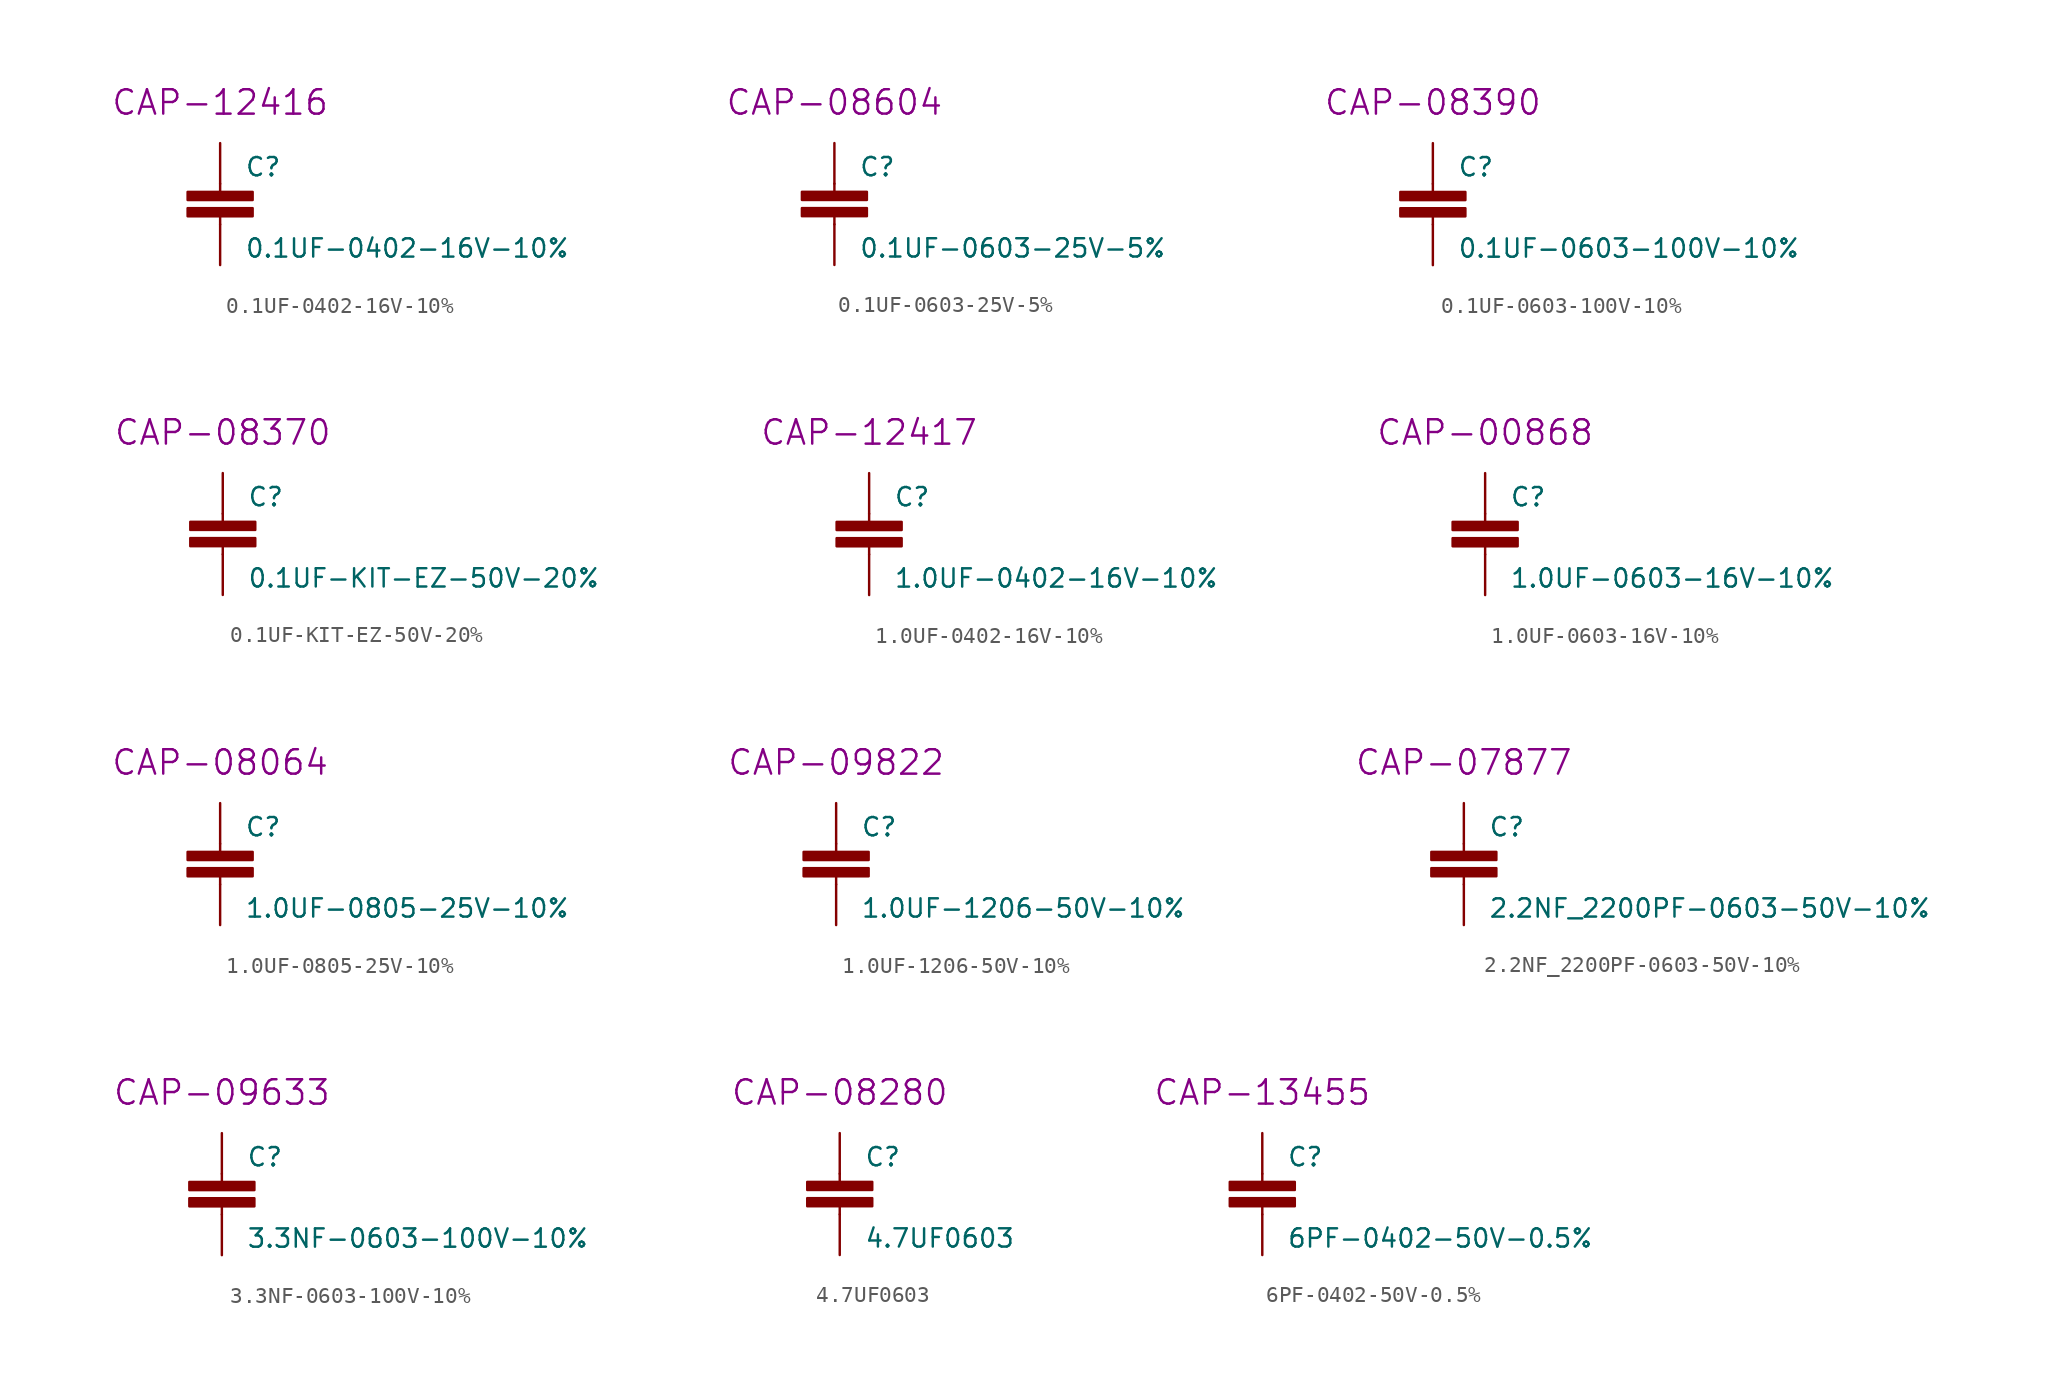
<source format=kicad_sym>
(kicad_symbol_lib
  (version 20220914)
  (generator kicad_symbol_editor)
  (symbol "0.1UF-0402-16V-10%"
    (pin_numbers hide)
    (pin_names
      (offset 1.016) hide)
    (property "Reference" "C"
      (at 1.524 2.921 0)
      (effects (font (size 1.143 1.143)) (justify left bottom)))
    (property "Value" "0.1UF-0402-16V-10%"
      (at 1.524 -2.159 0)
      (effects (font (size 1.143 1.143)) (justify left bottom)))
    (property "Field4" "CAP-12416"
      (at 0 7.62 0)
      (effects (font (size 1.524 1.524))))
    (property "ki_locked" ""
      (at 0 0 0)
      (effects (font (size 1.27 1.27))))
    (symbol "0.1UF-0402-16V-10%_1_0"
      (polyline (pts (xy 0 0) (xy 0 0.508)) (stroke (width 0) (type solid)) (fill (type none)))
      (polyline (pts (xy 0 2.54) (xy 0 2.032)) (stroke (width 0) (type solid)) (fill (type none))))
    (symbol "0.1UF-0402-16V-10%_1_1"
      (rectangle (start -2.032 0.508) (end 2.032 1.016) (stroke (width 0) (type solid)) (fill (type outline)))
      (rectangle (start -2.032 1.524) (end 2.032 2.032) (stroke (width 0) (type solid)) (fill (type outline)))
      (pin passive line (at 0 5.08 270) (length 2.54) (name "1" (effects (font (size 1.016 1.016)))) (number "1" (effects (font (size 1.016 1.016)))))
      (pin passive line (at 0 -2.54 90) (length 2.54) (name "2" (effects (font (size 1.016 1.016)))) (number "2" (effects (font (size 1.016 1.016)))))))
  (symbol "0.1UF-0603-25V-5%"
    (pin_numbers hide)
    (pin_names
      (offset 1.016) hide)
    (property "Reference" "C"
      (at 1.524 2.921 0)
      (effects (font (size 1.143 1.143)) (justify left bottom)))
    (property "Value" "0.1UF-0603-25V-5%"
      (at 1.524 -2.159 0)
      (effects (font (size 1.143 1.143)) (justify left bottom)))
    (property "Field4" "CAP-08604"
      (at 0 7.62 0)
      (effects (font (size 1.524 1.524))))
    (property "ki_locked" ""
      (at 0 0 0)
      (effects (font (size 1.27 1.27))))
    (symbol "0.1UF-0603-25V-5%_1_0"
      (polyline (pts (xy 0 0) (xy 0 0.508)) (stroke (width 0) (type solid)) (fill (type none)))
      (polyline (pts (xy 0 2.54) (xy 0 2.032)) (stroke (width 0) (type solid)) (fill (type none))))
    (symbol "0.1UF-0603-25V-5%_1_1"
      (rectangle (start -2.032 0.508) (end 2.032 1.016) (stroke (width 0) (type solid)) (fill (type outline)))
      (rectangle (start -2.032 1.524) (end 2.032 2.032) (stroke (width 0) (type solid)) (fill (type outline)))
      (pin passive line (at 0 5.08 270) (length 2.54) (name "1" (effects (font (size 1.016 1.016)))) (number "1" (effects (font (size 1.016 1.016)))))
      (pin passive line (at 0 -2.54 90) (length 2.54) (name "2" (effects (font (size 1.016 1.016)))) (number "2" (effects (font (size 1.016 1.016)))))))
  (symbol "0.1UF-0603-100V-10%"
    (pin_numbers hide)
    (pin_names
      (offset 1.016) hide)
    (property "Reference" "C"
      (at 1.524 2.921 0)
      (effects (font (size 1.143 1.143)) (justify left bottom)))
    (property "Value" "0.1UF-0603-100V-10%"
      (at 1.524 -2.159 0)
      (effects (font (size 1.143 1.143)) (justify left bottom)))
    (property "Field4" "CAP-08390"
      (at 0 7.62 0)
      (effects (font (size 1.524 1.524))))
    (property "ki_locked" ""
      (at 0 0 0)
      (effects (font (size 1.27 1.27))))
    (symbol "0.1UF-0603-100V-10%_1_0"
      (polyline (pts (xy 0 0) (xy 0 0.508)) (stroke (width 0) (type solid)) (fill (type none)))
      (polyline (pts (xy 0 2.54) (xy 0 2.032)) (stroke (width 0) (type solid)) (fill (type none))))
    (symbol "0.1UF-0603-100V-10%_1_1"
      (rectangle (start -2.032 0.508) (end 2.032 1.016) (stroke (width 0) (type solid)) (fill (type outline)))
      (rectangle (start -2.032 1.524) (end 2.032 2.032) (stroke (width 0) (type solid)) (fill (type outline)))
      (pin passive line (at 0 5.08 270) (length 2.54) (name "1" (effects (font (size 1.016 1.016)))) (number "1" (effects (font (size 1.016 1.016)))))
      (pin passive line (at 0 -2.54 90) (length 2.54) (name "2" (effects (font (size 1.016 1.016)))) (number "2" (effects (font (size 1.016 1.016)))))))
  (symbol "0.1UF-KIT-EZ-50V-20%"
    (pin_numbers hide)
    (pin_names
      (offset 1.016) hide)
    (property "Reference" "C"
      (at 1.524 2.921 0)
      (effects (font (size 1.143 1.143)) (justify left bottom)))
    (property "Value" "0.1UF-KIT-EZ-50V-20%"
      (at 1.524 -2.159 0)
      (effects (font (size 1.143 1.143)) (justify left bottom)))
    (property "Field4" "CAP-08370"
      (at 0 7.62 0)
      (effects (font (size 1.524 1.524))))
    (property "ki_locked" ""
      (at 0 0 0)
      (effects (font (size 1.27 1.27))))
    (symbol "0.1UF-KIT-EZ-50V-20%_1_0"
      (polyline (pts (xy 0 0) (xy 0 0.508)) (stroke (width 0) (type solid)) (fill (type none)))
      (polyline (pts (xy 0 2.54) (xy 0 2.032)) (stroke (width 0) (type solid)) (fill (type none))))
    (symbol "0.1UF-KIT-EZ-50V-20%_1_1"
      (rectangle (start -2.032 0.508) (end 2.032 1.016) (stroke (width 0) (type solid)) (fill (type outline)))
      (rectangle (start -2.032 1.524) (end 2.032 2.032) (stroke (width 0) (type solid)) (fill (type outline)))
      (pin passive line (at 0 5.08 270) (length 2.54) (name "1" (effects (font (size 1.016 1.016)))) (number "1" (effects (font (size 1.016 1.016)))))
      (pin passive line (at 0 -2.54 90) (length 2.54) (name "2" (effects (font (size 1.016 1.016)))) (number "2" (effects (font (size 1.016 1.016)))))))
  (symbol "1.0UF-0402-16V-10%"
    (pin_numbers hide)
    (pin_names
      (offset 1.016) hide)
    (property "Reference" "C"
      (at 1.524 2.921 0)
      (effects (font (size 1.143 1.143)) (justify left bottom)))
    (property "Value" "1.0UF-0402-16V-10%"
      (at 1.524 -2.159 0)
      (effects (font (size 1.143 1.143)) (justify left bottom)))
    (property "Field4" "CAP-12417"
      (at 0 7.62 0)
      (effects (font (size 1.524 1.524))))
    (property "ki_locked" ""
      (at 0 0 0)
      (effects (font (size 1.27 1.27))))
    (symbol "1.0UF-0402-16V-10%_1_0"
      (polyline (pts (xy 0 0) (xy 0 0.508)) (stroke (width 0) (type solid)) (fill (type none)))
      (polyline (pts (xy 0 2.54) (xy 0 2.032)) (stroke (width 0) (type solid)) (fill (type none))))
    (symbol "1.0UF-0402-16V-10%_1_1"
      (rectangle (start -2.032 0.508) (end 2.032 1.016) (stroke (width 0) (type solid)) (fill (type outline)))
      (rectangle (start -2.032 1.524) (end 2.032 2.032) (stroke (width 0) (type solid)) (fill (type outline)))
      (pin passive line (at 0 5.08 270) (length 2.54) (name "1" (effects (font (size 1.016 1.016)))) (number "1" (effects (font (size 1.016 1.016)))))
      (pin passive line (at 0 -2.54 90) (length 2.54) (name "2" (effects (font (size 1.016 1.016)))) (number "2" (effects (font (size 1.016 1.016)))))))
  (symbol "1.0UF-0603-16V-10%"
    (pin_numbers hide)
    (pin_names
      (offset 1.016) hide)
    (property "Reference" "C"
      (at 1.524 2.921 0)
      (effects (font (size 1.143 1.143)) (justify left bottom)))
    (property "Value" "1.0UF-0603-16V-10%"
      (at 1.524 -2.159 0)
      (effects (font (size 1.143 1.143)) (justify left bottom)))
    (property "Field4" "CAP-00868"
      (at 0 7.62 0)
      (effects (font (size 1.524 1.524))))
    (property "ki_locked" ""
      (at 0 0 0)
      (effects (font (size 1.27 1.27))))
    (symbol "1.0UF-0603-16V-10%_1_0"
      (polyline (pts (xy 0 0) (xy 0 0.508)) (stroke (width 0) (type solid)) (fill (type none)))
      (polyline (pts (xy 0 2.54) (xy 0 2.032)) (stroke (width 0) (type solid)) (fill (type none))))
    (symbol "1.0UF-0603-16V-10%_1_1"
      (rectangle (start -2.032 0.508) (end 2.032 1.016) (stroke (width 0) (type solid)) (fill (type outline)))
      (rectangle (start -2.032 1.524) (end 2.032 2.032) (stroke (width 0) (type solid)) (fill (type outline)))
      (pin passive line (at 0 5.08 270) (length 2.54) (name "1" (effects (font (size 1.016 1.016)))) (number "1" (effects (font (size 1.016 1.016)))))
      (pin passive line (at 0 -2.54 90) (length 2.54) (name "2" (effects (font (size 1.016 1.016)))) (number "2" (effects (font (size 1.016 1.016)))))))
  (symbol "1.0UF-0805-25V-10%"
    (pin_numbers hide)
    (pin_names
      (offset 1.016) hide)
    (property "Reference" "C"
      (at 1.524 2.921 0)
      (effects (font (size 1.143 1.143)) (justify left bottom)))
    (property "Value" "1.0UF-0805-25V-10%"
      (at 1.524 -2.159 0)
      (effects (font (size 1.143 1.143)) (justify left bottom)))
    (property "Field4" "CAP-08064"
      (at 0 7.62 0)
      (effects (font (size 1.524 1.524))))
    (property "ki_locked" ""
      (at 0 0 0)
      (effects (font (size 1.27 1.27))))
    (symbol "1.0UF-0805-25V-10%_1_0"
      (polyline (pts (xy 0 0) (xy 0 0.508)) (stroke (width 0) (type solid)) (fill (type none)))
      (polyline (pts (xy 0 2.54) (xy 0 2.032)) (stroke (width 0) (type solid)) (fill (type none))))
    (symbol "1.0UF-0805-25V-10%_1_1"
      (rectangle (start -2.032 0.508) (end 2.032 1.016) (stroke (width 0) (type solid)) (fill (type outline)))
      (rectangle (start -2.032 1.524) (end 2.032 2.032) (stroke (width 0) (type solid)) (fill (type outline)))
      (pin passive line (at 0 5.08 270) (length 2.54) (name "1" (effects (font (size 1.016 1.016)))) (number "1" (effects (font (size 1.016 1.016)))))
      (pin passive line (at 0 -2.54 90) (length 2.54) (name "2" (effects (font (size 1.016 1.016)))) (number "2" (effects (font (size 1.016 1.016)))))))
  (symbol "1.0UF-1206-50V-10%"
    (pin_numbers hide)
    (pin_names
      (offset 1.016) hide)
    (property "Reference" "C"
      (at 1.524 2.921 0)
      (effects (font (size 1.143 1.143)) (justify left bottom)))
    (property "Value" "1.0UF-1206-50V-10%"
      (at 1.524 -2.159 0)
      (effects (font (size 1.143 1.143)) (justify left bottom)))
    (property "Field4" "CAP-09822"
      (at 0 7.62 0)
      (effects (font (size 1.524 1.524))))
    (property "ki_locked" ""
      (at 0 0 0)
      (effects (font (size 1.27 1.27))))
    (symbol "1.0UF-1206-50V-10%_1_0"
      (polyline (pts (xy 0 0) (xy 0 0.508)) (stroke (width 0) (type solid)) (fill (type none)))
      (polyline (pts (xy 0 2.54) (xy 0 2.032)) (stroke (width 0) (type solid)) (fill (type none))))
    (symbol "1.0UF-1206-50V-10%_1_1"
      (rectangle (start -2.032 0.508) (end 2.032 1.016) (stroke (width 0) (type solid)) (fill (type outline)))
      (rectangle (start -2.032 1.524) (end 2.032 2.032) (stroke (width 0) (type solid)) (fill (type outline)))
      (pin passive line (at 0 5.08 270) (length 2.54) (name "1" (effects (font (size 1.016 1.016)))) (number "1" (effects (font (size 1.016 1.016)))))
      (pin passive line (at 0 -2.54 90) (length 2.54) (name "2" (effects (font (size 1.016 1.016)))) (number "2" (effects (font (size 1.016 1.016)))))))
  (symbol "2.2NF_2200PF-0603-50V-10%"
    (pin_numbers hide)
    (pin_names
      (offset 1.016) hide)
    (property "Reference" "C"
      (at 1.524 2.921 0)
      (effects (font (size 1.143 1.143)) (justify left bottom)))
    (property "Value" "2.2NF_2200PF-0603-50V-10%"
      (at 1.524 -2.159 0)
      (effects (font (size 1.143 1.143)) (justify left bottom)))
    (property "Field4" "CAP-07877"
      (at 0 7.62 0)
      (effects (font (size 1.524 1.524))))
    (property "ki_locked" ""
      (at 0 0 0)
      (effects (font (size 1.27 1.27))))
    (symbol "2.2NF_2200PF-0603-50V-10%_1_0"
      (polyline (pts (xy 0 0) (xy 0 0.508)) (stroke (width 0) (type solid)) (fill (type none)))
      (polyline (pts (xy 0 2.54) (xy 0 2.032)) (stroke (width 0) (type solid)) (fill (type none))))
    (symbol "2.2NF_2200PF-0603-50V-10%_1_1"
      (rectangle (start -2.032 0.508) (end 2.032 1.016) (stroke (width 0) (type solid)) (fill (type outline)))
      (rectangle (start -2.032 1.524) (end 2.032 2.032) (stroke (width 0) (type solid)) (fill (type outline)))
      (pin passive line (at 0 5.08 270) (length 2.54) (name "1" (effects (font (size 1.016 1.016)))) (number "1" (effects (font (size 1.016 1.016)))))
      (pin passive line (at 0 -2.54 90) (length 2.54) (name "2" (effects (font (size 1.016 1.016)))) (number "2" (effects (font (size 1.016 1.016)))))))
  (symbol "3.3NF-0603-100V-10%"
    (pin_numbers hide)
    (pin_names
      (offset 1.016) hide)
    (property "Reference" "C"
      (at 1.524 2.921 0)
      (effects (font (size 1.143 1.143)) (justify left bottom)))
    (property "Value" "3.3NF-0603-100V-10%"
      (at 1.524 -2.159 0)
      (effects (font (size 1.143 1.143)) (justify left bottom)))
    (property "Field4" "CAP-09633"
      (at 0 7.62 0)
      (effects (font (size 1.524 1.524))))
    (property "ki_locked" ""
      (at 0 0 0)
      (effects (font (size 1.27 1.27))))
    (symbol "3.3NF-0603-100V-10%_1_0"
      (polyline (pts (xy 0 0) (xy 0 0.508)) (stroke (width 0) (type solid)) (fill (type none)))
      (polyline (pts (xy 0 2.54) (xy 0 2.032)) (stroke (width 0) (type solid)) (fill (type none))))
    (symbol "3.3NF-0603-100V-10%_1_1"
      (rectangle (start -2.032 0.508) (end 2.032 1.016) (stroke (width 0) (type solid)) (fill (type outline)))
      (rectangle (start -2.032 1.524) (end 2.032 2.032) (stroke (width 0) (type solid)) (fill (type outline)))
      (pin passive line (at 0 5.08 270) (length 2.54) (name "1" (effects (font (size 1.016 1.016)))) (number "1" (effects (font (size 1.016 1.016)))))
      (pin passive line (at 0 -2.54 90) (length 2.54) (name "2" (effects (font (size 1.016 1.016)))) (number "2" (effects (font (size 1.016 1.016)))))))
  (symbol "4.7UF0603"
    (pin_numbers hide)
    (pin_names
      (offset 1.016) hide)
    (property "Reference" "C"
      (at 1.524 2.921 0)
      (effects (font (size 1.143 1.143)) (justify left bottom)))
    (property "Value" "4.7UF0603"
      (at 1.524 -2.159 0)
      (effects (font (size 1.143 1.143)) (justify left bottom)))
    (property "Field4" "CAP-08280"
      (at 0 7.62 0)
      (effects (font (size 1.524 1.524))))
    (property "ki_locked" ""
      (at 0 0 0)
      (effects (font (size 1.27 1.27))))
    (symbol "4.7UF0603_1_0"
      (polyline (pts (xy 0 0) (xy 0 0.508)) (stroke (width 0) (type solid)) (fill (type none)))
      (polyline (pts (xy 0 2.54) (xy 0 2.032)) (stroke (width 0) (type solid)) (fill (type none))))
    (symbol "4.7UF0603_1_1"
      (rectangle (start -2.032 0.508) (end 2.032 1.016) (stroke (width 0) (type solid)) (fill (type outline)))
      (rectangle (start -2.032 1.524) (end 2.032 2.032) (stroke (width 0) (type solid)) (fill (type outline)))
      (pin passive line (at 0 5.08 270) (length 2.54) (name "1" (effects (font (size 1.016 1.016)))) (number "1" (effects (font (size 1.016 1.016)))))
      (pin passive line (at 0 -2.54 90) (length 2.54) (name "2" (effects (font (size 1.016 1.016)))) (number "2" (effects (font (size 1.016 1.016)))))))
  (symbol "6PF-0402-50V-0.5%"
    (pin_numbers hide)
    (pin_names
      (offset 1.016) hide)
    (property "Reference" "C"
      (at 1.524 2.921 0)
      (effects (font (size 1.143 1.143)) (justify left bottom)))
    (property "Value" "6PF-0402-50V-0.5%"
      (at 1.524 -2.159 0)
      (effects (font (size 1.143 1.143)) (justify left bottom)))
    (property "Field4" "CAP-13455"
      (at 0 7.62 0)
      (effects (font (size 1.524 1.524))))
    (property "ki_locked" ""
      (at 0 0 0)
      (effects (font (size 1.27 1.27))))
    (symbol "6PF-0402-50V-0.5%_1_0"
      (polyline (pts (xy 0 0) (xy 0 0.508)) (stroke (width 0) (type solid)) (fill (type none)))
      (polyline (pts (xy 0 2.54) (xy 0 2.032)) (stroke (width 0) (type solid)) (fill (type none))))
    (symbol "6PF-0402-50V-0.5%_1_1"
      (rectangle (start -2.032 0.508) (end 2.032 1.016) (stroke (width 0) (type solid)) (fill (type outline)))
      (rectangle (start -2.032 1.524) (end 2.032 2.032) (stroke (width 0) (type solid)) (fill (type outline)))
      (pin passive line (at 0 5.08 270) (length 2.54) (name "1" (effects (font (size 1.016 1.016)))) (number "1" (effects (font (size 1.016 1.016)))))
      (pin passive line (at 0 -2.54 90) (length 2.54) (name "2" (effects (font (size 1.016 1.016)))) (number "2" (effects (font (size 1.016 1.016))))))))
</source>
